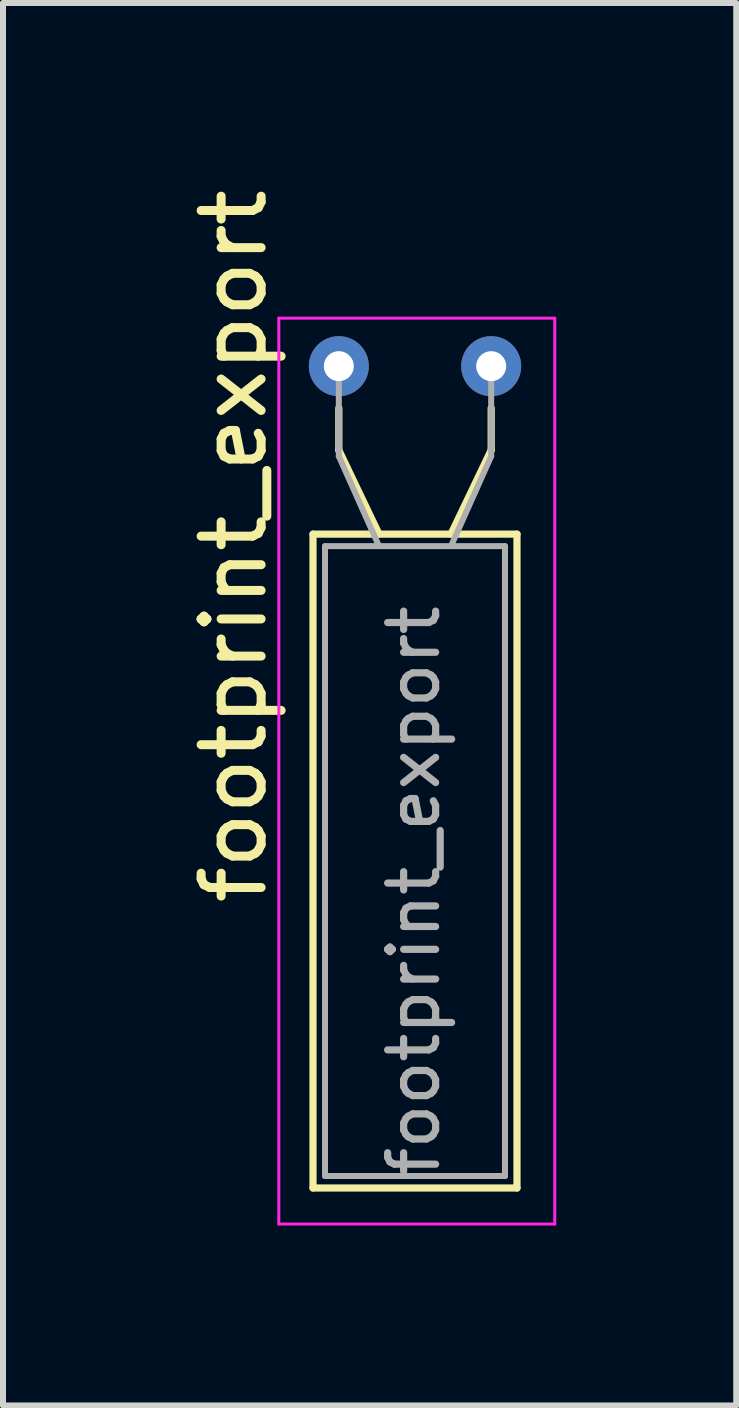
<source format=kicad_pcb>
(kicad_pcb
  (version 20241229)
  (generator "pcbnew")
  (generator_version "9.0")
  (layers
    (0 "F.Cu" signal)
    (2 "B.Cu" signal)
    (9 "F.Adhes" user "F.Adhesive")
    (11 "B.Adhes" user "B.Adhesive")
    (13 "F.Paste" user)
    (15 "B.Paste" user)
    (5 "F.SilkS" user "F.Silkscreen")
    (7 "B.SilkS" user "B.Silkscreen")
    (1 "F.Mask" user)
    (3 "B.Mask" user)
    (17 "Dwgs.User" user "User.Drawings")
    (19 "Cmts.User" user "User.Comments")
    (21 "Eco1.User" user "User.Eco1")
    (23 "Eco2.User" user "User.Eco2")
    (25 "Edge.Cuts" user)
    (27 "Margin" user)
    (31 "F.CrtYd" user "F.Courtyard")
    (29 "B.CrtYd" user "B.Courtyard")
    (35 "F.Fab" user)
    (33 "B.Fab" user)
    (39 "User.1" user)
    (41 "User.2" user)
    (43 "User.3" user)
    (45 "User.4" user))
  (footprint "footprint_export"
    (layer "F.Cu")
    (at 2.598 3.054)
    (property "Reference" "footprint_export" (at -1.75 3 90) (layer "F.SilkS") (effects (font (size 1 1) (thickness 0.15))))
    (attr through_hole)
    (fp_line (start -0.43 2.8) (end -0.43 13.7) (stroke (width 0.12) (type solid)) (layer "F.SilkS"))
    (fp_line (start -0.43 13.7) (end 2.97 13.7) (stroke (width 0.12) (type solid)) (layer "F.SilkS"))
    (fp_line (start 0 1.4) (end 0 0.7) (stroke (width 0.12) (type solid)) (layer "F.SilkS"))
    (fp_line (start 0.67 2.8) (end 0 1.4) (stroke (width 0.12) (type solid)) (layer "F.SilkS"))
    (fp_line (start 1.87 2.8) (end 2.54 1.4) (stroke (width 0.12) (type solid)) (layer "F.SilkS"))
    (fp_line (start 2.54 1.4) (end 2.54 0.7) (stroke (width 0.12) (type solid)) (layer "F.SilkS"))
    (fp_line (start 2.97 2.8) (end -0.43 2.8) (stroke (width 0.12) (type solid)) (layer "F.SilkS"))
    (fp_line (start 2.97 13.7) (end 2.97 2.8) (stroke (width 0.12) (type solid)) (layer "F.SilkS"))
    (fp_line (start -1 -0.8) (end -1 14.3) (stroke (width 0.05) (type solid)) (layer "F.CrtYd"))
    (fp_line (start -1 14.3) (end 3.6 14.3) (stroke (width 0.05) (type solid)) (layer "F.CrtYd"))
    (fp_line (start 3.6 -0.8) (end -1 -0.8) (stroke (width 0.05) (type solid)) (layer "F.CrtYd"))
    (fp_line (start 3.6 14.3) (end 3.6 -0.8) (stroke (width 0.05) (type solid)) (layer "F.CrtYd"))
    (fp_line (start -0.23 3) (end -0.23 13.5) (stroke (width 0.1) (type solid)) (layer "F.Fab"))
    (fp_line (start -0.23 13.5) (end 2.77 13.5) (stroke (width 0.1) (type solid)) (layer "F.Fab"))
    (fp_line (start 0 1.5) (end 0 0) (stroke (width 0.1) (type solid)) (layer "F.Fab"))
    (fp_line (start 0.67 3) (end 0 1.5) (stroke (width 0.1) (type solid)) (layer "F.Fab"))
    (fp_line (start 1.87 3) (end 2.54 1.5) (stroke (width 0.1) (type solid)) (layer "F.Fab"))
    (fp_line (start 2.54 1.5) (end 2.54 0) (stroke (width 0.1) (type solid)) (layer "F.Fab"))
    (fp_line (start 2.77 3) (end -0.23 3) (stroke (width 0.1) (type solid)) (layer "F.Fab"))
    (fp_line (start 2.77 13.5) (end 2.77 3) (stroke (width 0.1) (type solid)) (layer "F.Fab"))
    (fp_text user "${REFERENCE}" (at 1.25 8.75 90) (layer "F.Fab") (effects (font (size 0.8 0.8) (thickness 0.12))))
    (pad "1" thru_hole circle (at 0 0) (size 1 1) (drill 0.5) (layers "*.Cu" "*.Mask"))
    (pad "2" thru_hole circle (at 2.54 0) (size 1 1) (drill 0.5) (layers "*.Cu" "*.Mask")))
  (gr_rect
    (start -3 -3)
    (end 9.223 20.379)
    (stroke (width 0.1) (type default))
    (fill no)
    (layer "Edge.Cuts")))
</source>
